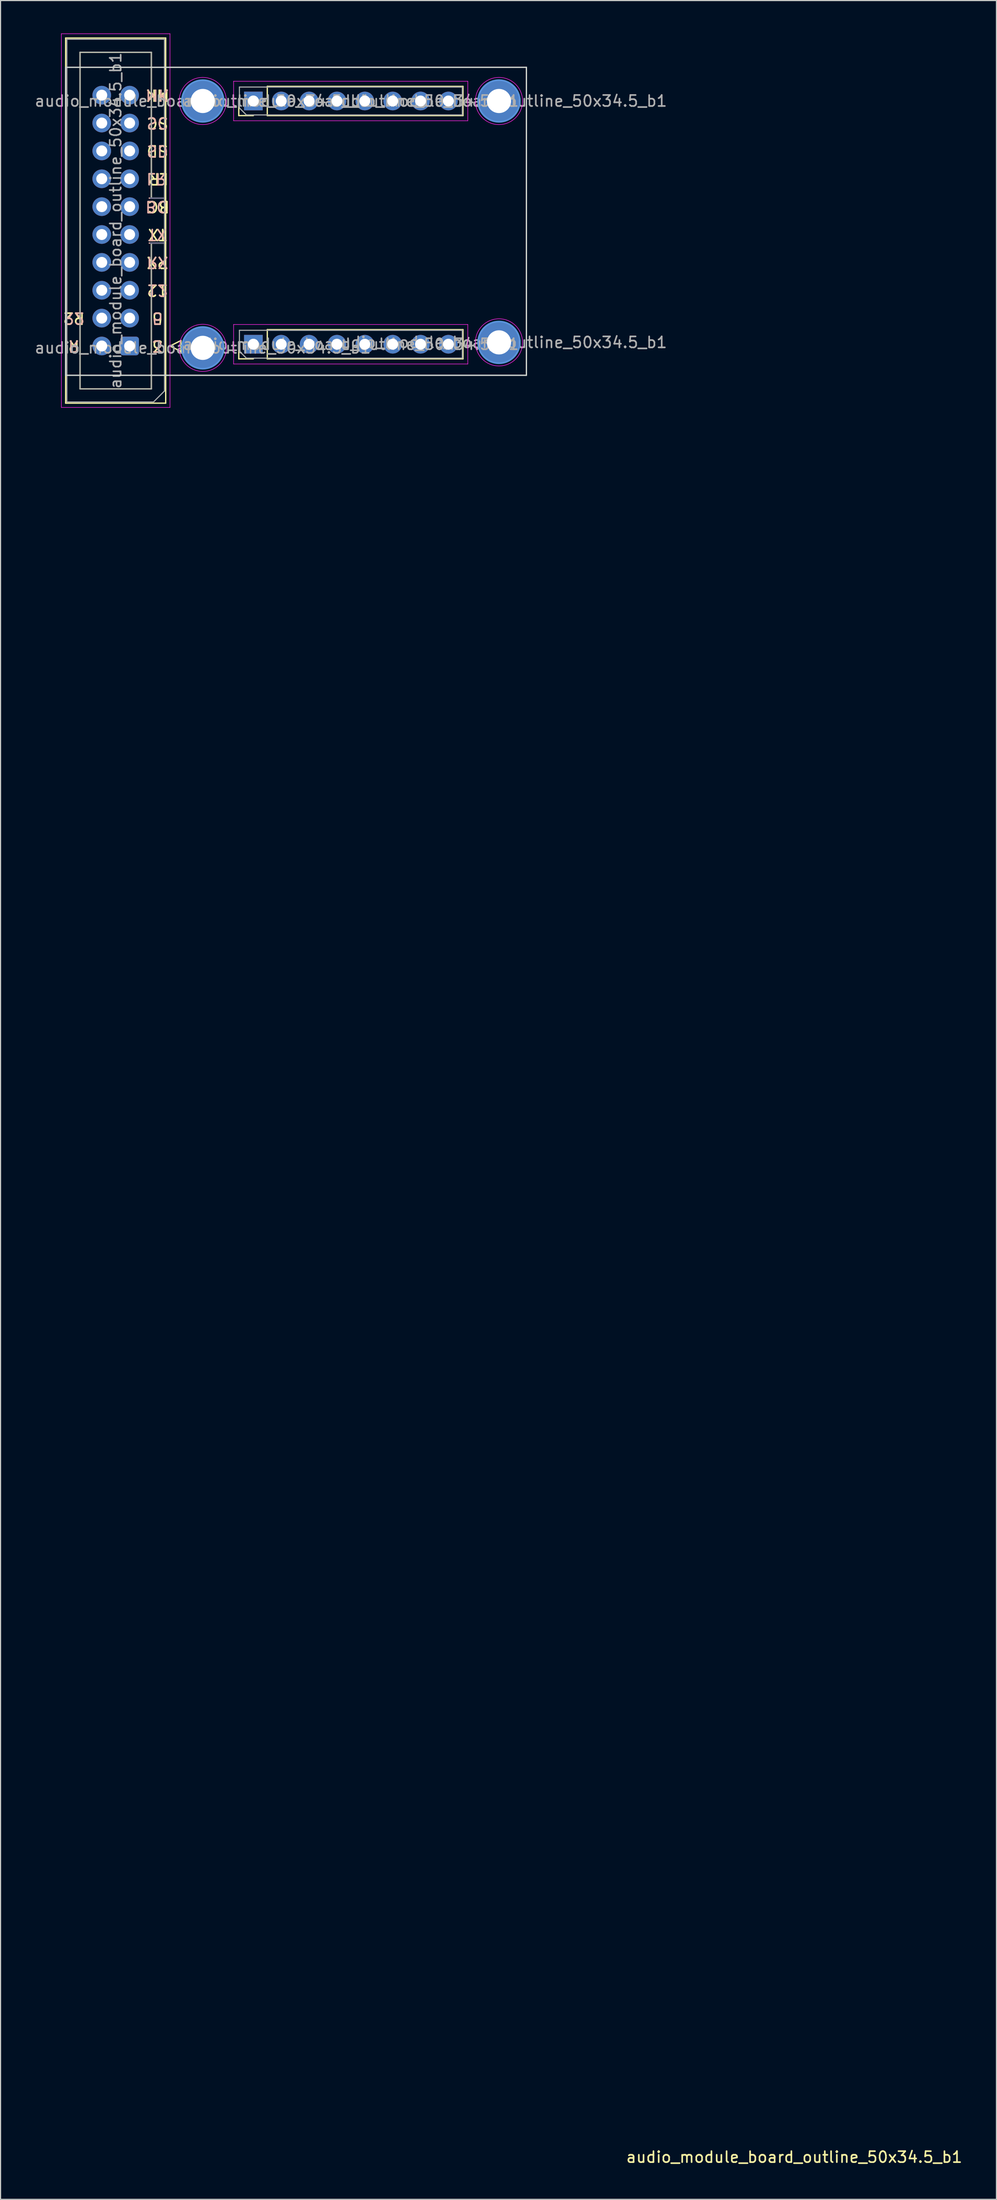
<source format=kicad_pcb>
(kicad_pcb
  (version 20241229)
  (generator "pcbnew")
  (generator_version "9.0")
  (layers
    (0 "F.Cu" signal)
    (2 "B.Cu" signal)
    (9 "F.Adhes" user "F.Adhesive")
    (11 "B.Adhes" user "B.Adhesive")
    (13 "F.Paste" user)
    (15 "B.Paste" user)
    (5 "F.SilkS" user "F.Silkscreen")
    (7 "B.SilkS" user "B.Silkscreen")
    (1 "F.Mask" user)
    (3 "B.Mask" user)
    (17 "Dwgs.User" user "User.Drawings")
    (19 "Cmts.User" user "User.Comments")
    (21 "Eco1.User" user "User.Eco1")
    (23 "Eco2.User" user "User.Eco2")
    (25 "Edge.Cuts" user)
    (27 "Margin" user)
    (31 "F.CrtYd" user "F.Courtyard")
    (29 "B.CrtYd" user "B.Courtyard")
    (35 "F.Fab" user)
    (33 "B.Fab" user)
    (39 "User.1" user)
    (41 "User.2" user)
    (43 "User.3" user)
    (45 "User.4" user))
  (footprint "audio_module_board_outline_50x34.5_b1"
    (layer "F.Cu")
    (at 2.935 31.155)
    (property "Reference" "audio_module_board_outline_50x34.5_b1" (at 66.414 162.401 180) (layer "F.SilkS") (effects (font (size 1 1) (thickness 0.15))))
    (attr through_hole exclude_from_bom)
    (fp_line (start 0 -30.74) (end 9.12 -30.74) (stroke (width 0.12) (type solid)) (layer "F.SilkS"))
    (fp_line (start 0 2.54) (end 0 -30.74) (stroke (width 0.12) (type solid)) (layer "F.SilkS"))
    (fp_line (start 1.31 -29.44) (end 7.81 -29.44) (stroke (width 0.12) (type solid)) (layer "F.SilkS"))
    (fp_line (start 1.31 1.24) (end 1.31 -29.44) (stroke (width 0.12) (type solid)) (layer "F.SilkS"))
    (fp_line (start 7.81 -29.44) (end 7.81 -16.15) (stroke (width 0.12) (type solid)) (layer "F.SilkS"))
    (fp_line (start 7.81 -16.15) (end 7.81 -16.15) (stroke (width 0.12) (type solid)) (layer "F.SilkS"))
    (fp_line (start 7.81 -16.15) (end 9.12 -16.15) (stroke (width 0.12) (type solid)) (layer "F.SilkS"))
    (fp_line (start 7.81 -12.05) (end 7.81 1.24) (stroke (width 0.12) (type solid)) (layer "F.SilkS"))
    (fp_line (start 7.81 1.24) (end 1.31 1.24) (stroke (width 0.12) (type solid)) (layer "F.SilkS"))
    (fp_line (start 9.12 -30.74) (end 9.12 2.54) (stroke (width 0.12) (type solid)) (layer "F.SilkS"))
    (fp_line (start 9.12 -12.05) (end 7.81 -12.05) (stroke (width 0.12) (type solid)) (layer "F.SilkS"))
    (fp_line (start 9.12 2.54) (end 0 2.54) (stroke (width 0.12) (type solid)) (layer "F.SilkS"))
    (fp_line (start 9.51 -2.67) (end 10.51 -2.17) (stroke (width 0.12) (type solid)) (layer "F.SilkS"))
    (fp_line (start 10.51 -3.17) (end 9.51 -2.67) (stroke (width 0.12) (type solid)) (layer "F.SilkS"))
    (fp_line (start 10.51 -2.17) (end 10.51 -3.17) (stroke (width 0.12) (type solid)) (layer "F.SilkS"))
    (fp_line (start 15.78 -23.67) (end 15.78 -25) (stroke (width 0.12) (type solid)) (layer "F.SilkS"))
    (fp_line (start 15.78 -1.5) (end 15.78 -2.83) (stroke (width 0.12) (type solid)) (layer "F.SilkS"))
    (fp_line (start 17.11 -23.67) (end 15.78 -23.67) (stroke (width 0.12) (type solid)) (layer "F.SilkS"))
    (fp_line (start 17.11 -1.5) (end 15.78 -1.5) (stroke (width 0.12) (type solid)) (layer "F.SilkS"))
    (fp_line (start 18.38 -26.33) (end 36.22 -26.33) (stroke (width 0.12) (type solid)) (layer "F.SilkS"))
    (fp_line (start 18.38 -23.67) (end 18.38 -26.33) (stroke (width 0.12) (type solid)) (layer "F.SilkS"))
    (fp_line (start 18.38 -23.67) (end 36.22 -23.67) (stroke (width 0.12) (type solid)) (layer "F.SilkS"))
    (fp_line (start 18.38 -4.16) (end 36.22 -4.16) (stroke (width 0.12) (type solid)) (layer "F.SilkS"))
    (fp_line (start 18.38 -1.5) (end 18.38 -4.16) (stroke (width 0.12) (type solid)) (layer "F.SilkS"))
    (fp_line (start 18.38 -1.5) (end 36.22 -1.5) (stroke (width 0.12) (type solid)) (layer "F.SilkS"))
    (fp_line (start 36.22 -23.67) (end 36.22 -26.33) (stroke (width 0.12) (type solid)) (layer "F.SilkS"))
    (fp_line (start 36.22 -1.5) (end 36.22 -4.16) (stroke (width 0.12) (type solid)) (layer "F.SilkS"))
    (fp_line (start 7.62 -12.05) (end 8.93 -12.05) (stroke (width 0.12) (type solid)) (layer "B.SilkS"))
    (fp_line (start 8.93 -16.15) (end 7.62 -16.15) (stroke (width 0.12) (type solid)) (layer "B.SilkS"))
    (fp_circle (center 12.5 -25) (end 14.4 -25) (stroke (width 0.15) (type solid)) (fill no) (layer "Cmts.User"))
    (fp_circle (center 12.5 -2.5) (end 14.4 -2.5) (stroke (width 0.15) (type solid)) (fill no) (layer "Cmts.User"))
    (fp_circle (center 39.5 -25) (end 41.4 -25) (stroke (width 0.15) (type solid)) (fill no) (layer "Cmts.User"))
    (fp_circle (center 39.5 -3) (end 41.4 -3) (stroke (width 0.15) (type solid)) (fill no) (layer "Cmts.User"))
    (fp_line (start 0 -28.07) (end 42 -28.07) (stroke (width 0.12) (type solid)) (layer "Edge.Cuts"))
    (fp_line (start 0 0) (end 0 -28.07) (stroke (width 0.12) (type solid)) (layer "Edge.Cuts"))
    (fp_line (start 0 0) (end 42 0) (stroke (width 0.12) (type solid)) (layer "Edge.Cuts"))
    (fp_line (start 42 0) (end 42 -28.07) (stroke (width 0.12) (type solid)) (layer "Edge.Cuts"))
    (fp_line (start -0.39 -31.13) (end -0.39 2.93) (stroke (width 0.05) (type solid)) (layer "F.CrtYd"))
    (fp_line (start -0.39 2.93) (end 9.51 2.93) (stroke (width 0.05) (type solid)) (layer "F.CrtYd"))
    (fp_line (start 9.51 -31.13) (end -0.39 -31.13) (stroke (width 0.05) (type solid)) (layer "F.CrtYd"))
    (fp_line (start 9.51 2.93) (end 9.51 -31.13) (stroke (width 0.05) (type solid)) (layer "F.CrtYd"))
    (fp_line (start 15.31 -26.8) (end 15.31 -23.2) (stroke (width 0.05) (type solid)) (layer "F.CrtYd"))
    (fp_line (start 15.31 -23.2) (end 36.66 -23.2) (stroke (width 0.05) (type solid)) (layer "F.CrtYd"))
    (fp_line (start 15.31 -4.63) (end 15.31 -1.03) (stroke (width 0.05) (type solid)) (layer "F.CrtYd"))
    (fp_line (start 15.31 -1.03) (end 36.66 -1.03) (stroke (width 0.05) (type solid)) (layer "F.CrtYd"))
    (fp_line (start 36.66 -26.8) (end 15.31 -26.8) (stroke (width 0.05) (type solid)) (layer "F.CrtYd"))
    (fp_line (start 36.66 -23.2) (end 36.66 -26.8) (stroke (width 0.05) (type solid)) (layer "F.CrtYd"))
    (fp_line (start 36.66 -4.63) (end 15.31 -4.63) (stroke (width 0.05) (type solid)) (layer "F.CrtYd"))
    (fp_line (start 36.66 -1.03) (end 36.66 -4.63) (stroke (width 0.05) (type solid)) (layer "F.CrtYd"))
    (fp_circle (center 12.5 -25) (end 14.65 -25) (stroke (width 0.05) (type solid)) (fill no) (layer "F.CrtYd"))
    (fp_circle (center 12.5 -2.5) (end 14.65 -2.5) (stroke (width 0.05) (type solid)) (fill no) (layer "F.CrtYd"))
    (fp_circle (center 39.5 -25) (end 41.65 -25) (stroke (width 0.05) (type solid)) (fill no) (layer "F.CrtYd"))
    (fp_circle (center 39.5 -3) (end 41.65 -3) (stroke (width 0.05) (type solid)) (fill no) (layer "F.CrtYd"))
    (fp_line (start 7.73 -12.05) (end 8.93 -12.05) (stroke (width 0.1) (type solid)) (layer "B.Fab"))
    (fp_line (start 8.93 -16.15) (end 7.73 -16.15) (stroke (width 0.1) (type solid)) (layer "B.Fab"))
    (fp_line (start 0.11 -30.63) (end 9.01 -30.63) (stroke (width 0.1) (type solid)) (layer "F.Fab"))
    (fp_line (start 0.11 2.43) (end 0.11 -30.63) (stroke (width 0.1) (type solid)) (layer "F.Fab"))
    (fp_line (start 1.31 -29.44) (end 7.81 -29.44) (stroke (width 0.1) (type solid)) (layer "F.Fab"))
    (fp_line (start 1.31 1.24) (end 1.31 -29.44) (stroke (width 0.1) (type solid)) (layer "F.Fab"))
    (fp_line (start 7.81 -29.44) (end 7.81 -16.15) (stroke (width 0.1) (type solid)) (layer "F.Fab"))
    (fp_line (start 7.81 -16.15) (end 7.81 -16.15) (stroke (width 0.1) (type solid)) (layer "F.Fab"))
    (fp_line (start 7.81 -16.15) (end 9.01 -16.15) (stroke (width 0.1) (type solid)) (layer "F.Fab"))
    (fp_line (start 7.81 -12.05) (end 7.81 1.24) (stroke (width 0.1) (type solid)) (layer "F.Fab"))
    (fp_line (start 7.81 1.24) (end 1.31 1.24) (stroke (width 0.1) (type solid)) (layer "F.Fab"))
    (fp_line (start 8.01 2.43) (end 0.11 2.43) (stroke (width 0.1) (type solid)) (layer "F.Fab"))
    (fp_line (start 9.01 -30.63) (end 9.01 1.43) (stroke (width 0.1) (type solid)) (layer "F.Fab"))
    (fp_line (start 9.01 -12.05) (end 7.81 -12.05) (stroke (width 0.1) (type solid)) (layer "F.Fab"))
    (fp_line (start 9.01 1.43) (end 8.01 2.43) (stroke (width 0.1) (type solid)) (layer "F.Fab"))
    (fp_line (start 15.84 -26.27) (end 36.16 -26.27) (stroke (width 0.1) (type solid)) (layer "F.Fab"))
    (fp_line (start 15.84 -24.365) (end 15.84 -26.27) (stroke (width 0.1) (type solid)) (layer "F.Fab"))
    (fp_line (start 15.84 -4.1) (end 36.16 -4.1) (stroke (width 0.1) (type solid)) (layer "F.Fab"))
    (fp_line (start 15.84 -2.195) (end 15.84 -4.1) (stroke (width 0.1) (type solid)) (layer "F.Fab"))
    (fp_line (start 16.475 -23.73) (end 15.84 -24.365) (stroke (width 0.1) (type solid)) (layer "F.Fab"))
    (fp_line (start 16.475 -1.56) (end 15.84 -2.195) (stroke (width 0.1) (type solid)) (layer "F.Fab"))
    (fp_line (start 36.16 -26.27) (end 36.16 -23.73) (stroke (width 0.1) (type solid)) (layer "F.Fab"))
    (fp_line (start 36.16 -23.73) (end 16.475 -23.73) (stroke (width 0.1) (type solid)) (layer "F.Fab"))
    (fp_line (start 36.16 -4.1) (end 36.16 -1.56) (stroke (width 0.1) (type solid)) (layer "F.Fab"))
    (fp_line (start 36.16 -1.56) (end 16.475 -1.56) (stroke (width 0.1) (type solid)) (layer "F.Fab"))
    (fp_text user "BC" (at 8.465 -15.37 180) (unlocked yes) (layer "F.SilkS") (effects (font (size 1 1) (thickness 0.15))))
    (fp_text user "TX" (at 8.37 -12.83 180) (unlocked yes) (layer "F.SilkS") (effects (font (size 1 1) (thickness 0.15))))
    (fp_text user "SC" (at 8.37 -22.99 180) (unlocked yes) (layer "F.SilkS") (effects (font (size 1 1) (thickness 0.15))))
    (fp_text user "LR" (at 8.465 -17.91 180) (unlocked yes) (layer "F.SilkS") (effects (font (size 1 1) (thickness 0.15))))
    (fp_text user "5" (at 8.37 -5.21 180) (unlocked yes) (layer "F.SilkS") (effects (font (size 1 1) (thickness 0.15))))
    (fp_text user "RX" (at 8.37 -10.29 180) (unlocked yes) (layer "F.SilkS") (effects (font (size 1 1) (thickness 0.15))))
    (fp_text user "R" (at 0.75 -2.67 180) (unlocked yes) (layer "F.SilkS") (effects (font (size 1 1) (thickness 0.15))))
    (fp_text user "SD" (at 8.37 -20.45 180) (unlocked yes) (layer "F.SilkS") (effects (font (size 1 1) (thickness 0.15))))
    (fp_text user "MK" (at 8.37 -25.53 180) (unlocked yes) (layer "F.SilkS") (effects (font (size 1 1) (thickness 0.15))))
    (fp_text user "12" (at 8.37 -7.75 180) (unlocked yes) (layer "F.SilkS") (effects (font (size 1 1) (thickness 0.15))))
    (fp_text user "R2" (at 0.75 -5.21 180) (unlocked yes) (layer "F.SilkS") (effects (font (size 1 1) (thickness 0.15))))
    (fp_text user "3" (at 8.37 -2.67 180) (unlocked yes) (layer "F.SilkS") (effects (font (size 1 1) (thickness 0.15))))
    (fp_text user "MK" (at 8.37 -25.53 180) (unlocked yes) (layer "B.SilkS") (effects (font (size 1 1) (thickness 0.15)) (justify mirror)))
    (fp_text user "RX" (at 8.37 -10.29 180) (unlocked yes) (layer "B.SilkS") (effects (font (size 1 1) (thickness 0.15)) (justify mirror)))
    (fp_text user "R2" (at 0.75 -5.21 180) (unlocked yes) (layer "B.SilkS") (effects (font (size 1 1) (thickness 0.15)) (justify mirror)))
    (fp_text user "SD" (at 8.37 -20.45 180) (unlocked yes) (layer "B.SilkS") (effects (font (size 1 1) (thickness 0.15)) (justify mirror)))
    (fp_text user "12" (at 8.37 -7.75 180) (unlocked yes) (layer "B.SilkS") (effects (font (size 1 1) (thickness 0.15)) (justify mirror)))
    (fp_text user "SC" (at 8.37 -22.99 180) (unlocked yes) (layer "B.SilkS") (effects (font (size 1 1) (thickness 0.15)) (justify mirror)))
    (fp_text user "3" (at 8.37 -2.67 180) (unlocked yes) (layer "B.SilkS") (effects (font (size 1 1) (thickness 0.15)) (justify mirror)))
    (fp_text user "TX" (at 8.37 -12.83 180) (unlocked yes) (layer "B.SilkS") (effects (font (size 1 1) (thickness 0.15)) (justify mirror)))
    (fp_text user "LR" (at 8.275 -17.91 180) (unlocked yes) (layer "B.SilkS") (effects (font (size 1 1) (thickness 0.15)) (justify mirror)))
    (fp_text user "R" (at 0.75 -2.67 180) (unlocked yes) (layer "B.SilkS") (effects (font (size 1 1) (thickness 0.15)) (justify mirror)))
    (fp_text user "5" (at 8.37 -5.21 180) (unlocked yes) (layer "B.SilkS") (effects (font (size 1 1) (thickness 0.15)) (justify mirror)))
    (fp_text user "BC" (at 8.275 -15.37 180) (unlocked yes) (layer "B.SilkS") (effects (font (size 1 1) (thickness 0.15)) (justify mirror)))
    (fp_text user "${REFERENCE}" (at 39.5 -3 0) (layer "F.Fab") (effects (font (size 1 1) (thickness 0.15))))
    (fp_text user "${REFERENCE}" (at 26 -2.83 180) (layer "F.Fab") (effects (font (size 1 1) (thickness 0.15))))
    (fp_text user "${REFERENCE}" (at 26 -25 180) (layer "F.Fab") (effects (font (size 1 1) (thickness 0.15))))
    (fp_text user "${REFERENCE}" (at 4.56 -14.1 270) (layer "F.Fab") (effects (font (size 1 1) (thickness 0.15))))
    (fp_text user "${REFERENCE}" (at 12.5 -2.5 0) (layer "F.Fab") (effects (font (size 1 1) (thickness 0.15))))
    (fp_text user "${REFERENCE}" (at 12.5 -25 0) (layer "F.Fab") (effects (font (size 1 1) (thickness 0.15))))
    (fp_text user "${REFERENCE}" (at 39.5 -25 0) (layer "F.Fab") (effects (font (size 1 1) (thickness 0.15))))
    (pad "1" thru_hole roundrect (at 5.83 -2.67 180) (size 1.7 1.7) (drill 1) (layers "*.Cu" "*.Mask") (roundrect_rratio 0.147))
    (pad "1" thru_hole circle (at 12.5 -25) (size 3.8 3.8) (drill 2.2) (layers "*.Cu" "*.Mask"))
    (pad "1" thru_hole circle (at 12.5 -2.5) (size 3.8 3.8) (drill 2.2) (layers "*.Cu" "*.Mask"))
    (pad "1" thru_hole rect (at 17.11 -25 90) (size 1.7 1.7) (drill 1) (layers "*.Cu" "*.Mask"))
    (pad "1" thru_hole rect (at 17.11 -2.83 90) (size 1.7 1.7) (drill 1) (layers "*.Cu" "*.Mask"))
    (pad "1" thru_hole circle (at 39.5 -25) (size 3.8 3.8) (drill 2.2) (layers "*.Cu" "*.Mask"))
    (pad "1" thru_hole circle (at 39.5 -3) (size 3.8 3.8) (drill 2.2) (layers "*.Cu" "*.Mask"))
    (pad "2" thru_hole circle (at 3.29 -2.67 180) (size 1.7 1.7) (drill 1) (layers "*.Cu" "*.Mask"))
    (pad "2" thru_hole oval (at 19.65 -25 90) (size 1.7 1.7) (drill 1) (layers "*.Cu" "*.Mask"))
    (pad "2" thru_hole oval (at 19.65 -2.83 90) (size 1.7 1.7) (drill 1) (layers "*.Cu" "*.Mask"))
    (pad "3" thru_hole circle (at 5.83 -5.21 180) (size 1.7 1.7) (drill 1) (layers "*.Cu" "*.Mask"))
    (pad "3" thru_hole oval (at 22.19 -25 90) (size 1.7 1.7) (drill 1) (layers "*.Cu" "*.Mask"))
    (pad "3" thru_hole oval (at 22.19 -2.83 90) (size 1.7 1.7) (drill 1) (layers "*.Cu" "*.Mask"))
    (pad "4" thru_hole circle (at 3.29 -5.21 180) (size 1.7 1.7) (drill 1) (layers "*.Cu" "*.Mask"))
    (pad "4" thru_hole oval (at 24.73 -25 90) (size 1.7 1.7) (drill 1) (layers "*.Cu" "*.Mask"))
    (pad "4" thru_hole oval (at 24.73 -2.83 90) (size 1.7 1.7) (drill 1) (layers "*.Cu" "*.Mask"))
    (pad "5" thru_hole circle (at 5.83 -7.75 180) (size 1.7 1.7) (drill 1) (layers "*.Cu" "*.Mask"))
    (pad "5" thru_hole oval (at 27.27 -25 90) (size 1.7 1.7) (drill 1) (layers "*.Cu" "*.Mask"))
    (pad "5" thru_hole oval (at 27.27 -2.83 90) (size 1.7 1.7) (drill 1) (layers "*.Cu" "*.Mask"))
    (pad "6" thru_hole circle (at 3.29 -7.75 180) (size 1.7 1.7) (drill 1) (layers "*.Cu" "*.Mask"))
    (pad "6" thru_hole oval (at 29.81 -25 90) (size 1.7 1.7) (drill 1) (layers "*.Cu" "*.Mask"))
    (pad "6" thru_hole oval (at 29.81 -2.83 90) (size 1.7 1.7) (drill 1) (layers "*.Cu" "*.Mask"))
    (pad "7" thru_hole circle (at 5.83 -10.29 180) (size 1.7 1.7) (drill 1) (layers "*.Cu" "*.Mask"))
    (pad "7" thru_hole oval (at 32.35 -25 90) (size 1.7 1.7) (drill 1) (layers "*.Cu" "*.Mask"))
    (pad "7" thru_hole oval (at 32.35 -2.83 90) (size 1.7 1.7) (drill 1) (layers "*.Cu" "*.Mask"))
    (pad "8" thru_hole circle (at 3.29 -10.29 180) (size 1.7 1.7) (drill 1) (layers "*.Cu" "*.Mask"))
    (pad "8" thru_hole oval (at 34.89 -25 90) (size 1.7 1.7) (drill 1) (layers "*.Cu" "*.Mask"))
    (pad "8" thru_hole oval (at 34.89 -2.83 90) (size 1.7 1.7) (drill 1) (layers "*.Cu" "*.Mask"))
    (pad "9" thru_hole circle (at 5.83 -12.83 180) (size 1.7 1.7) (drill 1) (layers "*.Cu" "*.Mask"))
    (pad "10" thru_hole circle (at 3.29 -12.83 180) (size 1.7 1.7) (drill 1) (layers "*.Cu" "*.Mask"))
    (pad "11" thru_hole circle (at 5.83 -15.37 180) (size 1.7 1.7) (drill 1) (layers "*.Cu" "*.Mask"))
    (pad "12" thru_hole circle (at 3.29 -15.37 180) (size 1.7 1.7) (drill 1) (layers "*.Cu" "*.Mask"))
    (pad "13" thru_hole circle (at 5.83 -17.91 180) (size 1.7 1.7) (drill 1) (layers "*.Cu" "*.Mask"))
    (pad "14" thru_hole circle (at 3.29 -17.91 180) (size 1.7 1.7) (drill 1) (layers "*.Cu" "*.Mask"))
    (pad "15" thru_hole circle (at 5.83 -20.45 180) (size 1.7 1.7) (drill 1) (layers "*.Cu" "*.Mask"))
    (pad "16" thru_hole circle (at 3.29 -20.45 180) (size 1.7 1.7) (drill 1) (layers "*.Cu" "*.Mask"))
    (pad "17" thru_hole circle (at 5.83 -22.99 180) (size 1.7 1.7) (drill 1) (layers "*.Cu" "*.Mask"))
    (pad "18" thru_hole circle (at 3.29 -22.99 180) (size 1.7 1.7) (drill 1) (layers "*.Cu" "*.Mask"))
    (pad "19" thru_hole circle (at 5.83 -25.53 180) (size 1.7 1.7) (drill 1) (layers "*.Cu" "*.Mask"))
    (pad "20" thru_hole circle (at 3.29 -25.53 180) (size 1.7 1.7) (drill 1) (layers "*.Cu" "*.Mask")))
  (gr_rect
    (start -3 -3)
    (end 87.783 197.405)
    (stroke (width 0.1) (type default))
    (fill no)
    (layer "Edge.Cuts")))
</source>
